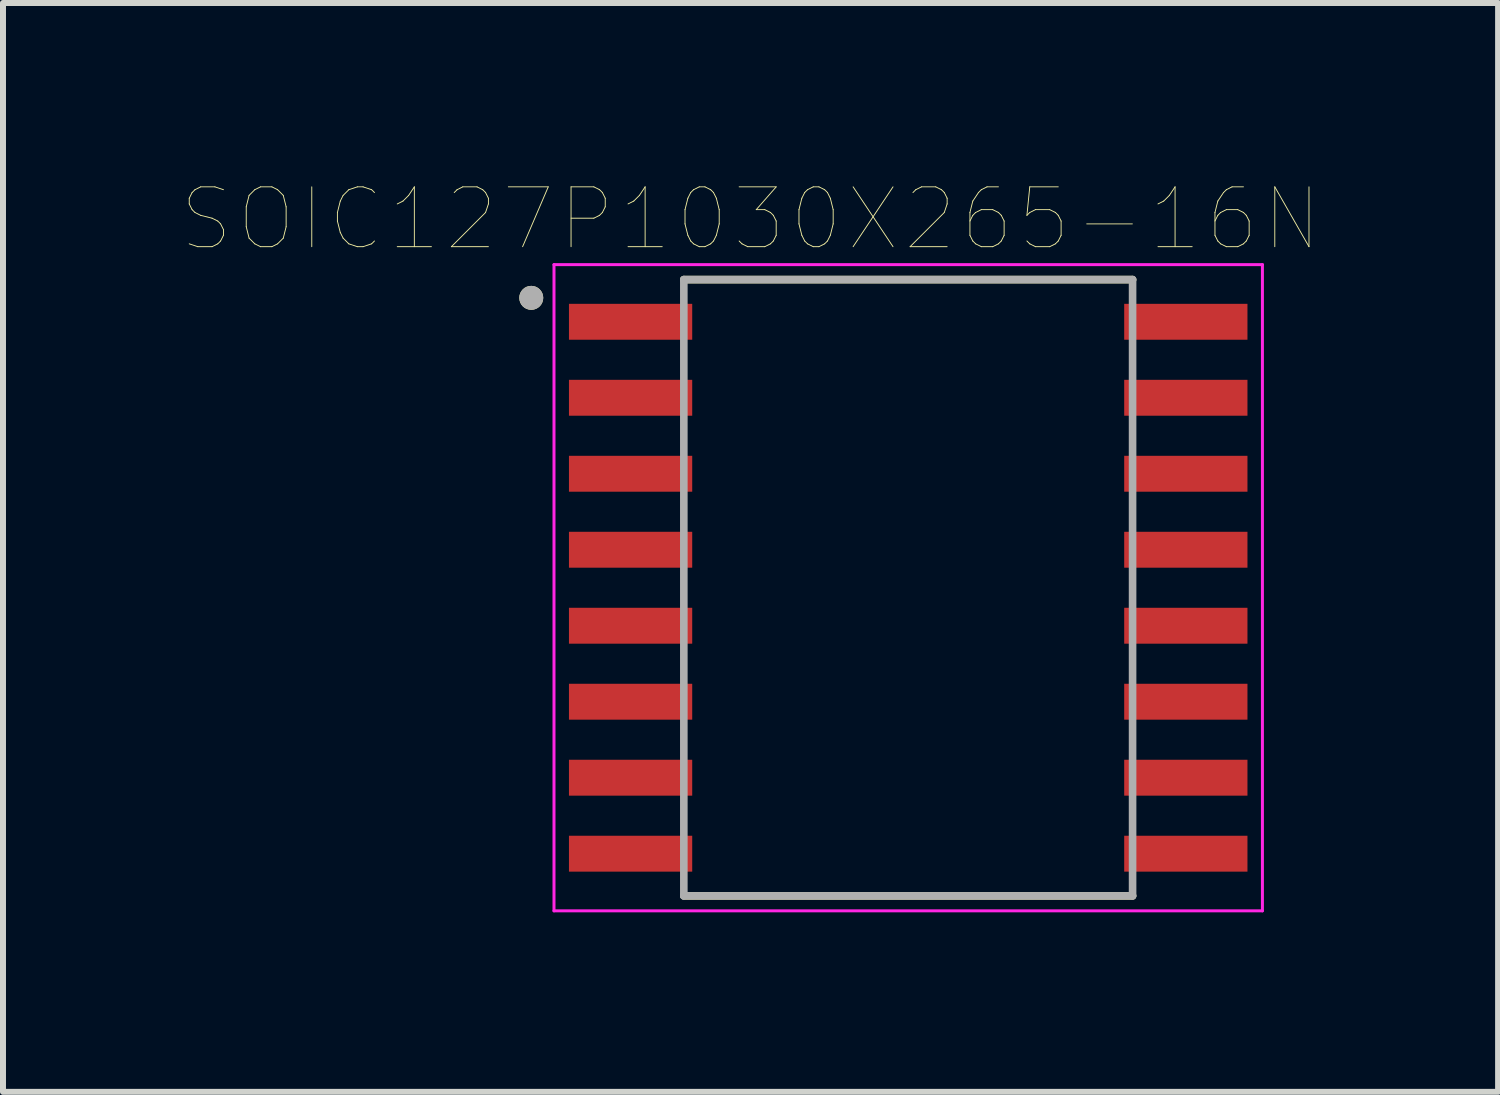
<source format=kicad_pcb>
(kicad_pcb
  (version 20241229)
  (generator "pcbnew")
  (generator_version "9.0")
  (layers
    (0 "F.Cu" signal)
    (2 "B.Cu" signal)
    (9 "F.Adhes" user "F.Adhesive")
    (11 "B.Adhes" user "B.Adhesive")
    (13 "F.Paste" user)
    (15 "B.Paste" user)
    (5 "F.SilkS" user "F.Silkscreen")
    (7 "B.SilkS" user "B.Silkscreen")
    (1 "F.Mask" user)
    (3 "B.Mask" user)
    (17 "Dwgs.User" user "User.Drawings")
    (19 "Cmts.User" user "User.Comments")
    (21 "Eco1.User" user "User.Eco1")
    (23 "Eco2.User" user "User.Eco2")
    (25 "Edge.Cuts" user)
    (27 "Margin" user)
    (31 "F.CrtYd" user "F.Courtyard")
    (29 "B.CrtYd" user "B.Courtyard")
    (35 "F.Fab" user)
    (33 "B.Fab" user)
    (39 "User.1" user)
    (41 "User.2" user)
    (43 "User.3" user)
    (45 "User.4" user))
  (footprint "SOIC127P1030X265-16N"
    (layer "F.Cu")
    (at 12.129 6.773)
    (property "Reference" "SOIC127P1030X265-16N" (at -2.635 -6.162 0) (layer "F.SilkS") (effects (font (size 1 1) (thickness 0.015))))
    (attr through_hole)
    (fp_line (start -3.75 -5.15) (end 3.75 -5.15) (stroke (width 0.127) (type solid)) (layer "F.SilkS"))
    (fp_line (start -3.75 5.15) (end 3.75 5.15) (stroke (width 0.127) (type solid)) (layer "F.SilkS"))
    (fp_circle (center -6.3 -4.845) (end -6.2 -4.845) (stroke (width 0.2) (type solid)) (fill no) (layer "F.SilkS"))
    (fp_line (start -5.92 -5.4) (end -5.92 5.4) (stroke (width 0.05) (type solid)) (layer "F.CrtYd"))
    (fp_line (start -5.92 -5.4) (end 5.92 -5.4) (stroke (width 0.05) (type solid)) (layer "F.CrtYd"))
    (fp_line (start -5.92 5.4) (end 5.92 5.4) (stroke (width 0.05) (type solid)) (layer "F.CrtYd"))
    (fp_line (start 5.92 -5.4) (end 5.92 5.4) (stroke (width 0.05) (type solid)) (layer "F.CrtYd"))
    (fp_line (start -3.75 -5.15) (end -3.75 5.15) (stroke (width 0.127) (type solid)) (layer "F.Fab"))
    (fp_line (start -3.75 -5.15) (end 3.75 -5.15) (stroke (width 0.127) (type solid)) (layer "F.Fab"))
    (fp_line (start -3.75 5.15) (end 3.75 5.15) (stroke (width 0.127) (type solid)) (layer "F.Fab"))
    (fp_line (start 3.75 -5.15) (end 3.75 5.15) (stroke (width 0.127) (type solid)) (layer "F.Fab"))
    (fp_circle (center -6.3 -4.845) (end -6.2 -4.845) (stroke (width 0.2) (type solid)) (fill no) (layer "F.Fab"))
    (pad "1" smd rect (at -4.64 -4.445) (size 2.06 0.6) (layers "F.Cu" "F.Mask" "F.Paste"))
    (pad "2" smd rect (at -4.64 -3.175) (size 2.06 0.6) (layers "F.Cu" "F.Mask" "F.Paste"))
    (pad "3" smd rect (at -4.64 -1.905) (size 2.06 0.6) (layers "F.Cu" "F.Mask" "F.Paste"))
    (pad "4" smd rect (at -4.64 -0.635) (size 2.06 0.6) (layers "F.Cu" "F.Mask" "F.Paste"))
    (pad "5" smd rect (at -4.64 0.635) (size 2.06 0.6) (layers "F.Cu" "F.Mask" "F.Paste"))
    (pad "6" smd rect (at -4.64 1.905) (size 2.06 0.6) (layers "F.Cu" "F.Mask" "F.Paste"))
    (pad "7" smd rect (at -4.64 3.175) (size 2.06 0.6) (layers "F.Cu" "F.Mask" "F.Paste"))
    (pad "8" smd rect (at -4.64 4.445) (size 2.06 0.6) (layers "F.Cu" "F.Mask" "F.Paste"))
    (pad "9" smd rect (at 4.64 4.445) (size 2.06 0.6) (layers "F.Cu" "F.Mask" "F.Paste"))
    (pad "10" smd rect (at 4.64 3.175) (size 2.06 0.6) (layers "F.Cu" "F.Mask" "F.Paste"))
    (pad "11" smd rect (at 4.64 1.905) (size 2.06 0.6) (layers "F.Cu" "F.Mask" "F.Paste"))
    (pad "12" smd rect (at 4.64 0.635) (size 2.06 0.6) (layers "F.Cu" "F.Mask" "F.Paste"))
    (pad "13" smd rect (at 4.64 -0.635) (size 2.06 0.6) (layers "F.Cu" "F.Mask" "F.Paste"))
    (pad "14" smd rect (at 4.64 -1.905) (size 2.06 0.6) (layers "F.Cu" "F.Mask" "F.Paste"))
    (pad "15" smd rect (at 4.64 -3.175) (size 2.06 0.6) (layers "F.Cu" "F.Mask" "F.Paste"))
    (pad "16" smd rect (at 4.64 -4.445) (size 2.06 0.6) (layers "F.Cu" "F.Mask" "F.Paste")))
  (gr_rect
    (start -3 -3)
    (end 21.988 15.198)
    (stroke (width 0.1) (type default))
    (fill no)
    (layer "Edge.Cuts")))
</source>
